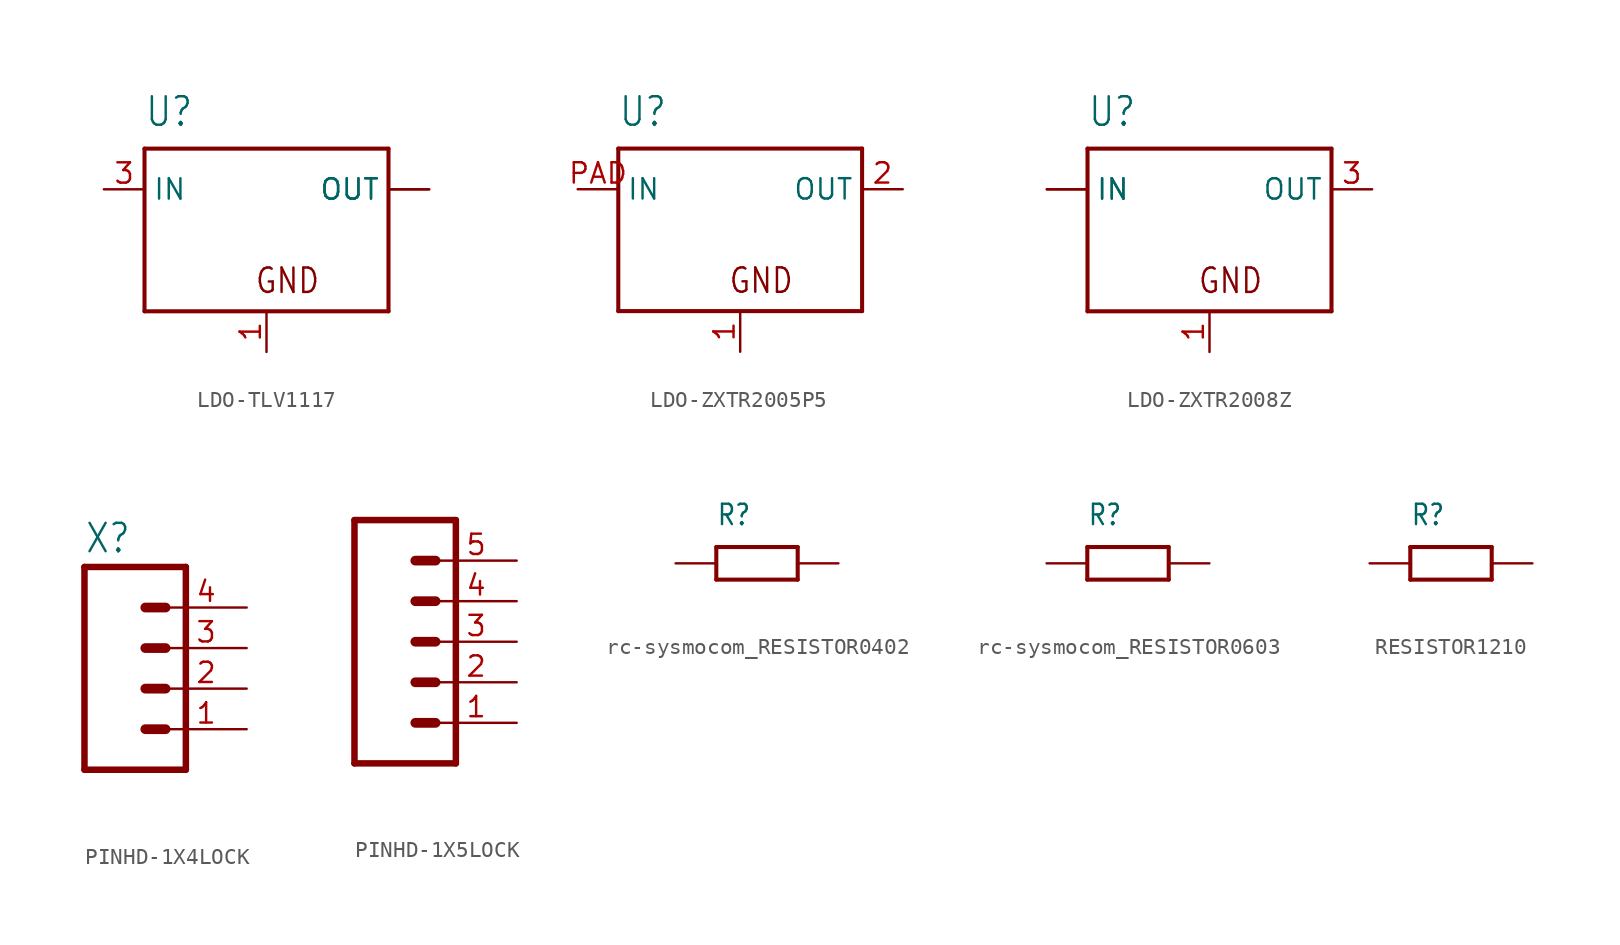
<source format=kicad_sym>
(kicad_symbol_lib
  (version 20231120)
  (generator "kicad_symbol_editor")
  (generator_version "8.0")
  (symbol "LDO-TLV1117"
    (property "Reference" "U"
      (at -7.62 6.35 0)
      (effects (font (size 1.778 1.511)) (justify left bottom)))
    (property "Value" ""
      (at 2.54 6.35 0)
      (effects (font (size 1.778 1.511)) (justify left bottom)))
    (property "ki_locked" ""
      (at 0 0 0)
      (effects (font (size 1.27 1.27))))
    (symbol "LDO-TLV1117_1_0"
      (polyline (pts (xy -7.62 -5.08) (xy -7.62 5.08)) (stroke (width 0.254) (type solid)) (fill (type none)))
      (polyline (pts (xy -7.62 5.08) (xy 7.62 5.08)) (stroke (width 0.254) (type solid)) (fill (type none)))
      (polyline (pts (xy 7.62 -5.08) (xy -7.62 -5.08)) (stroke (width 0.254) (type solid)) (fill (type none)))
      (polyline (pts (xy 7.62 5.08) (xy 7.62 -5.08)) (stroke (width 0.254) (type solid)) (fill (type none)))
      (text "GND" (at -0.762 -4.064 0) (effects (font (size 1.524 1.295)) (justify left bottom)))
      (pin power_in line (at 0 -7.62 90) (length 2.54) (name "GND" (effects (font (size 0 0)))) (number "1" (effects (font (size 1.27 1.27)))))
      (pin passive line (at 10.16 2.54 180) (length 2.54) (name "OUT" (effects (font (size 1.27 1.27)))) (number "2" (effects (font (size 0 0)))))
      (pin input line (at -10.16 2.54 0) (length 2.54) (name "IN" (effects (font (size 1.27 1.27)))) (number "3" (effects (font (size 1.27 1.27)))))
      (pin passive line (at 10.16 2.54 180) (length 2.54) (name "OUT" (effects (font (size 1.27 1.27)))) (number "4" (effects (font (size 0 0)))))))
  (symbol "LDO-ZXTR2005P5"
    (property "Reference" "U"
      (at -7.62 6.35 0)
      (effects (font (size 1.778 1.511)) (justify left bottom)))
    (property "Value" ""
      (at 2.54 6.35 0)
      (effects (font (size 1.778 1.511)) (justify left bottom)))
    (property "ki_locked" ""
      (at 0 0 0)
      (effects (font (size 1.27 1.27))))
    (symbol "LDO-ZXTR2005P5_1_0"
      (polyline (pts (xy -7.62 -5.08) (xy -7.62 5.08)) (stroke (width 0.254) (type solid)) (fill (type none)))
      (polyline (pts (xy -7.62 5.08) (xy 7.62 5.08)) (stroke (width 0.254) (type solid)) (fill (type none)))
      (polyline (pts (xy 7.62 -5.08) (xy -7.62 -5.08)) (stroke (width 0.254) (type solid)) (fill (type none)))
      (polyline (pts (xy 7.62 5.08) (xy 7.62 -5.08)) (stroke (width 0.254) (type solid)) (fill (type none)))
      (text "GND" (at -0.762 -4.064 0) (effects (font (size 1.524 1.295)) (justify left bottom)))
      (pin power_in line (at 0 -7.62 90) (length 2.54) (name "GND" (effects (font (size 0 0)))) (number "1" (effects (font (size 1.27 1.27)))))
      (pin passive line (at 10.16 2.54 180) (length 2.54) (name "OUT" (effects (font (size 1.27 1.27)))) (number "2" (effects (font (size 1.27 1.27)))))
      (pin input line (at -10.16 2.54 0) (length 2.54) (name "IN" (effects (font (size 1.27 1.27)))) (number "PAD" (effects (font (size 1.27 1.27)))))))
  (symbol "LDO-ZXTR2008Z"
    (property "Reference" "U"
      (at -7.62 6.35 0)
      (effects (font (size 1.778 1.511)) (justify left bottom)))
    (property "Value" ""
      (at 2.54 6.35 0)
      (effects (font (size 1.778 1.511)) (justify left bottom)))
    (property "ki_locked" ""
      (at 0 0 0)
      (effects (font (size 1.27 1.27))))
    (symbol "LDO-ZXTR2008Z_1_0"
      (polyline (pts (xy -7.62 -5.08) (xy -7.62 5.08)) (stroke (width 0.254) (type solid)) (fill (type none)))
      (polyline (pts (xy -7.62 5.08) (xy 7.62 5.08)) (stroke (width 0.254) (type solid)) (fill (type none)))
      (polyline (pts (xy 7.62 -5.08) (xy -7.62 -5.08)) (stroke (width 0.254) (type solid)) (fill (type none)))
      (polyline (pts (xy 7.62 5.08) (xy 7.62 -5.08)) (stroke (width 0.254) (type solid)) (fill (type none)))
      (text "GND" (at -0.762 -4.064 0) (effects (font (size 1.524 1.295)) (justify left bottom)))
      (pin power_in line (at 0 -7.62 90) (length 2.54) (name "GND" (effects (font (size 0 0)))) (number "1" (effects (font (size 1.27 1.27)))))
      (pin input line (at -10.16 2.54 0) (length 2.54) (name "IN" (effects (font (size 1.27 1.27)))) (number "2" (effects (font (size 0 0)))))
      (pin input line (at -10.16 2.54 0) (length 2.54) (name "IN" (effects (font (size 1.27 1.27)))) (number "2@1" (effects (font (size 0 0)))))
      (pin passive line (at 10.16 2.54 180) (length 2.54) (name "OUT" (effects (font (size 1.27 1.27)))) (number "3" (effects (font (size 1.27 1.27)))))))
  (symbol "PINHD-1X4LOCK"
    (property "Reference" "X"
      (at -2.54 8.382 0)
      (effects (font (size 1.778 1.511)) (justify left bottom)))
    (property "Value" ""
      (at -2.54 -7.62 0)
      (effects (font (size 1.778 1.511)) (justify left bottom)))
    (property "ki_locked" ""
      (at 0 0 0)
      (effects (font (size 1.27 1.27))))
    (symbol "PINHD-1X4LOCK_1_0"
      (polyline (pts (xy -2.54 7.62) (xy -2.54 -5.08)) (stroke (width 0.406) (type solid)) (fill (type none)))
      (polyline (pts (xy -2.54 7.62) (xy 3.81 7.62)) (stroke (width 0.406) (type solid)) (fill (type none)))
      (polyline (pts (xy 1.27 -2.54) (xy 2.54 -2.54)) (stroke (width 0.61) (type solid)) (fill (type none)))
      (polyline (pts (xy 1.27 0) (xy 2.54 0)) (stroke (width 0.61) (type solid)) (fill (type none)))
      (polyline (pts (xy 1.27 2.54) (xy 2.54 2.54)) (stroke (width 0.61) (type solid)) (fill (type none)))
      (polyline (pts (xy 1.27 5.08) (xy 2.54 5.08)) (stroke (width 0.61) (type solid)) (fill (type none)))
      (polyline (pts (xy 3.81 -5.08) (xy -2.54 -5.08)) (stroke (width 0.406) (type solid)) (fill (type none)))
      (polyline (pts (xy 3.81 -5.08) (xy 3.81 7.62)) (stroke (width 0.406) (type solid)) (fill (type none)))
      (pin passive line (at 7.62 -2.54 180) (length 5.08) (name "1" (effects (font (size 0 0)))) (number "1" (effects (font (size 1.27 1.27)))))
      (pin passive line (at 7.62 0 180) (length 5.08) (name "2" (effects (font (size 0 0)))) (number "2" (effects (font (size 1.27 1.27)))))
      (pin passive line (at 7.62 2.54 180) (length 5.08) (name "3" (effects (font (size 0 0)))) (number "3" (effects (font (size 1.27 1.27)))))
      (pin passive line (at 7.62 5.08 180) (length 5.08) (name "4" (effects (font (size 0 0)))) (number "4" (effects (font (size 1.27 1.27)))))))
  (symbol "PINHD-1X5LOCK"
    (property "Reference" ""
      (at -2.54 10.922 0)
      (effects (font (size 1.778 1.511)) (justify left bottom) (hide yes)))
    (property "Value" ""
      (at -2.54 -7.62 0)
      (effects (font (size 1.778 1.511)) (justify left bottom)))
    (property "ki_locked" ""
      (at 0 0 0)
      (effects (font (size 1.27 1.27))))
    (symbol "PINHD-1X5LOCK_1_0"
      (polyline (pts (xy -2.54 10.16) (xy -2.54 -5.08)) (stroke (width 0.406) (type solid)) (fill (type none)))
      (polyline (pts (xy -2.54 10.16) (xy 3.81 10.16)) (stroke (width 0.406) (type solid)) (fill (type none)))
      (polyline (pts (xy 1.27 -2.54) (xy 2.54 -2.54)) (stroke (width 0.61) (type solid)) (fill (type none)))
      (polyline (pts (xy 1.27 0) (xy 2.54 0)) (stroke (width 0.61) (type solid)) (fill (type none)))
      (polyline (pts (xy 1.27 2.54) (xy 2.54 2.54)) (stroke (width 0.61) (type solid)) (fill (type none)))
      (polyline (pts (xy 1.27 5.08) (xy 2.54 5.08)) (stroke (width 0.61) (type solid)) (fill (type none)))
      (polyline (pts (xy 1.27 7.62) (xy 2.54 7.62)) (stroke (width 0.61) (type solid)) (fill (type none)))
      (polyline (pts (xy 3.81 -5.08) (xy -2.54 -5.08)) (stroke (width 0.406) (type solid)) (fill (type none)))
      (polyline (pts (xy 3.81 -5.08) (xy 3.81 10.16)) (stroke (width 0.406) (type solid)) (fill (type none)))
      (pin passive line (at 7.62 -2.54 180) (length 5.08) (name "1" (effects (font (size 0 0)))) (number "1" (effects (font (size 1.27 1.27)))))
      (pin passive line (at 7.62 0 180) (length 5.08) (name "2" (effects (font (size 0 0)))) (number "2" (effects (font (size 1.27 1.27)))))
      (pin passive line (at 7.62 2.54 180) (length 5.08) (name "3" (effects (font (size 0 0)))) (number "3" (effects (font (size 1.27 1.27)))))
      (pin passive line (at 7.62 5.08 180) (length 5.08) (name "4" (effects (font (size 0 0)))) (number "4" (effects (font (size 1.27 1.27)))))
      (pin passive line (at 7.62 7.62 180) (length 5.08) (name "5" (effects (font (size 0 0)))) (number "5" (effects (font (size 1.27 1.27)))))))
  (symbol "rc-sysmocom_RESISTOR0402"
    (property "Reference" "R"
      (at -2.54 2.286 0)
      (effects (font (size 1.27 1.079)) (justify left bottom)))
    (property "Value" ""
      (at -2.54 -3.429 0)
      (effects (font (size 1.27 1.079)) (justify left bottom)))
    (property "ki_locked" ""
      (at 0 0 0)
      (effects (font (size 1.27 1.27))))
    (symbol "rc-sysmocom_RESISTOR0402_1_0"
      (polyline (pts (xy -2.54 -1.016) (xy -2.54 1.016)) (stroke (width 0.254) (type solid)) (fill (type none)))
      (polyline (pts (xy -2.54 1.016) (xy 2.54 1.016)) (stroke (width 0.254) (type solid)) (fill (type none)))
      (polyline (pts (xy 2.54 -1.016) (xy -2.54 -1.016)) (stroke (width 0.254) (type solid)) (fill (type none)))
      (polyline (pts (xy 2.54 1.016) (xy 2.54 -1.016)) (stroke (width 0.254) (type solid)) (fill (type none)))
      (pin passive line (at -5.08 0 0) (length 2.54) (name "1" (effects (font (size 0 0)))) (number "1" (effects (font (size 0 0)))))
      (pin passive line (at 5.08 0 180) (length 2.54) (name "2" (effects (font (size 0 0)))) (number "2" (effects (font (size 0 0)))))))
  (symbol "rc-sysmocom_RESISTOR0603"
    (property "Reference" "R"
      (at -2.54 2.286 0)
      (effects (font (size 1.27 1.079)) (justify left bottom)))
    (property "Value" ""
      (at -2.54 -3.429 0)
      (effects (font (size 1.27 1.079)) (justify left bottom)))
    (property "ki_locked" ""
      (at 0 0 0)
      (effects (font (size 1.27 1.27))))
    (symbol "rc-sysmocom_RESISTOR0603_1_0"
      (polyline (pts (xy -2.54 -1.016) (xy -2.54 1.016)) (stroke (width 0.254) (type solid)) (fill (type none)))
      (polyline (pts (xy -2.54 1.016) (xy 2.54 1.016)) (stroke (width 0.254) (type solid)) (fill (type none)))
      (polyline (pts (xy 2.54 -1.016) (xy -2.54 -1.016)) (stroke (width 0.254) (type solid)) (fill (type none)))
      (polyline (pts (xy 2.54 1.016) (xy 2.54 -1.016)) (stroke (width 0.254) (type solid)) (fill (type none)))
      (pin passive line (at -5.08 0 0) (length 2.54) (name "1" (effects (font (size 0 0)))) (number "1" (effects (font (size 0 0)))))
      (pin passive line (at 5.08 0 180) (length 2.54) (name "2" (effects (font (size 0 0)))) (number "2" (effects (font (size 0 0)))))))
  (symbol "RESISTOR1210"
    (property "Reference" "R"
      (at -2.54 2.286 0)
      (effects (font (size 1.27 1.079)) (justify left bottom)))
    (property "Value" ""
      (at -2.54 -3.429 0)
      (effects (font (size 1.27 1.079)) (justify left bottom)))
    (property "ki_locked" ""
      (at 0 0 0)
      (effects (font (size 1.27 1.27))))
    (symbol "RESISTOR1210_1_0"
      (polyline (pts (xy -2.54 -1.016) (xy -2.54 1.016)) (stroke (width 0.254) (type solid)) (fill (type none)))
      (polyline (pts (xy -2.54 1.016) (xy 2.54 1.016)) (stroke (width 0.254) (type solid)) (fill (type none)))
      (polyline (pts (xy 2.54 -1.016) (xy -2.54 -1.016)) (stroke (width 0.254) (type solid)) (fill (type none)))
      (polyline (pts (xy 2.54 1.016) (xy 2.54 -1.016)) (stroke (width 0.254) (type solid)) (fill (type none)))
      (pin passive line (at -5.08 0 0) (length 2.54) (name "1" (effects (font (size 0 0)))) (number "1" (effects (font (size 0 0)))))
      (pin passive line (at 5.08 0 180) (length 2.54) (name "2" (effects (font (size 0 0)))) (number "2" (effects (font (size 0 0))))))))
</source>
